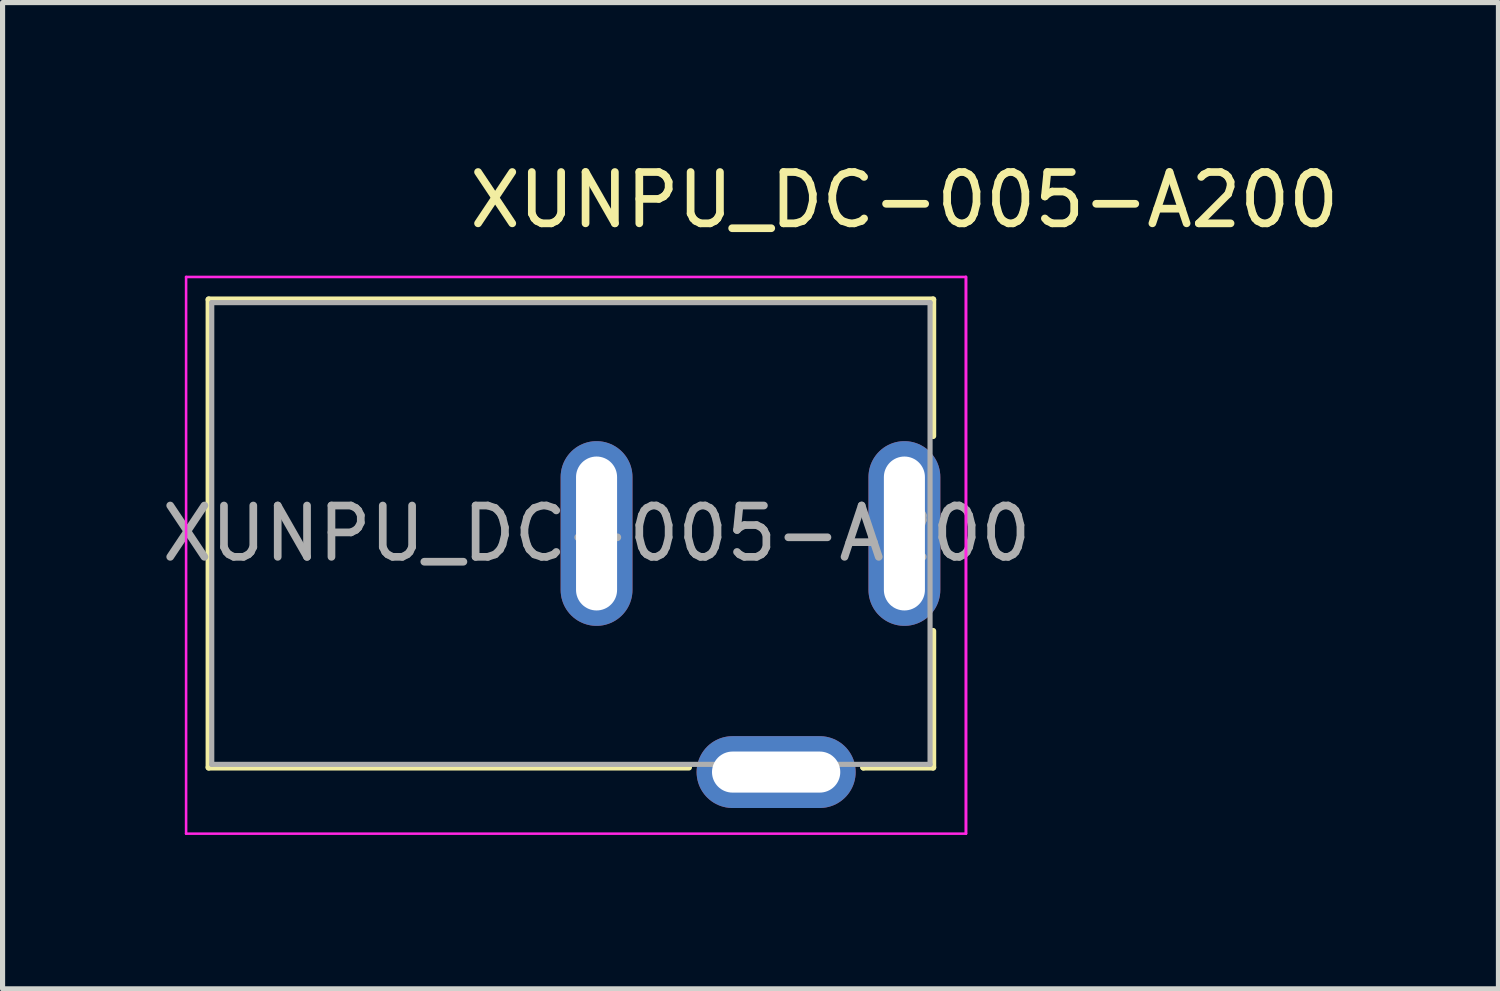
<source format=kicad_pcb>
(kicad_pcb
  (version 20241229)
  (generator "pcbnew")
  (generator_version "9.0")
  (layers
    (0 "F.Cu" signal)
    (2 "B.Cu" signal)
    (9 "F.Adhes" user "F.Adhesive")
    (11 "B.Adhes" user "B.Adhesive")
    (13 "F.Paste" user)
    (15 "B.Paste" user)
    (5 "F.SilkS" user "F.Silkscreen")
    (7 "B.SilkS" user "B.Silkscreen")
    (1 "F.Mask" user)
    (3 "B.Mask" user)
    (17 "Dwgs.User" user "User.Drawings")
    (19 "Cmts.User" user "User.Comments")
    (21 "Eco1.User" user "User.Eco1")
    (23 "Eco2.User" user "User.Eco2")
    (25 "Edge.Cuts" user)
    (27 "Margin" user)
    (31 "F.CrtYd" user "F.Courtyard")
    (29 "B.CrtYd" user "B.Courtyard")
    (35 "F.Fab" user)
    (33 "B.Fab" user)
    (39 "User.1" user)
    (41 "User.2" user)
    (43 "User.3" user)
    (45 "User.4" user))
  (footprint "XUNPU_DC-005-A200"
    (layer "F.Cu")
    (at 14.577 7.348)
    (property "Reference" "XUNPU_DC-005-A200" (at 0 -6.5 0) (unlocked yes) (layer "F.SilkS") (effects (font (size 1 1) (thickness 0.15))))
    (attr through_hole)
    (fp_line (start -13.56 -4.56) (end -13.56 4.56) (stroke (width 0.12) (type default)) (layer "F.SilkS"))
    (fp_line (start -4.2 4.56) (end -13.56 4.56) (stroke (width 0.12) (type default)) (layer "F.SilkS"))
    (fp_line (start -0.8 4.56) (end -0.8 4.56) (stroke (width 0.12) (type default)) (layer "F.SilkS"))
    (fp_line (start 0.56 -4.56) (end -13.56 -4.56) (stroke (width 0.12) (type default)) (layer "F.SilkS"))
    (fp_line (start 0.56 -1.9) (end 0.56 -4.56) (stroke (width 0.12) (type default)) (layer "F.SilkS"))
    (fp_line (start 0.56 4.56) (end -0.8 4.56) (stroke (width 0.12) (type default)) (layer "F.SilkS"))
    (fp_line (start 0.56 4.56) (end 0.56 1.9) (stroke (width 0.12) (type default)) (layer "F.SilkS"))
    (fp_line (start -14 5.85) (end -14 -5) (stroke (width 0.05) (type default)) (layer "F.CrtYd"))
    (fp_line (start -14 5.85) (end 1.2 5.85) (stroke (width 0.05) (type default)) (layer "F.CrtYd"))
    (fp_line (start 1.2 -5) (end -14 -5) (stroke (width 0.05) (type default)) (layer "F.CrtYd"))
    (fp_line (start 1.2 5.85) (end 1.2 -5) (stroke (width 0.05) (type default)) (layer "F.CrtYd"))
    (fp_line (start 1.2 5.85) (end 1.2 -5) (stroke (width 0.05) (type default)) (layer "F.CrtYd"))
    (fp_line (start -13.5 -4.5) (end -13.5 4.5) (stroke (width 0.1) (type default)) (layer "F.Fab"))
    (fp_line (start -13.5 -4.5) (end 0.5 -4.5) (stroke (width 0.1) (type default)) (layer "F.Fab"))
    (fp_line (start 0.5 -4.5) (end 0.5 4.5) (stroke (width 0.1) (type default)) (layer "F.Fab"))
    (fp_line (start 0.5 4.5) (end -13.5 4.5) (stroke (width 0.1) (type default)) (layer "F.Fab"))
    (fp_text user "${REFERENCE}" (at -6 0 0) (unlocked yes) (layer "F.Fab") (effects (font (size 1 1) (thickness 0.15))))
    (pad "1" thru_hole oval (at 0 0) (size 1.4 3.6) (drill oval 0.8 3) (layers "*.Cu" "*.Mask"))
    (pad "2" thru_hole oval (at -6 0) (size 1.4 3.6) (drill oval 0.8 3) (layers "*.Cu" "*.Mask"))
    (pad "3" thru_hole oval (at -2.5 4.65 90) (size 1.4 3.1) (drill oval 0.8 2.5) (layers "*.Cu" "*.Mask")))
  (gr_rect
    (start -3 -3)
    (end 26.155 16.223)
    (stroke (width 0.1) (type default))
    (fill no)
    (layer "Edge.Cuts")))
</source>
